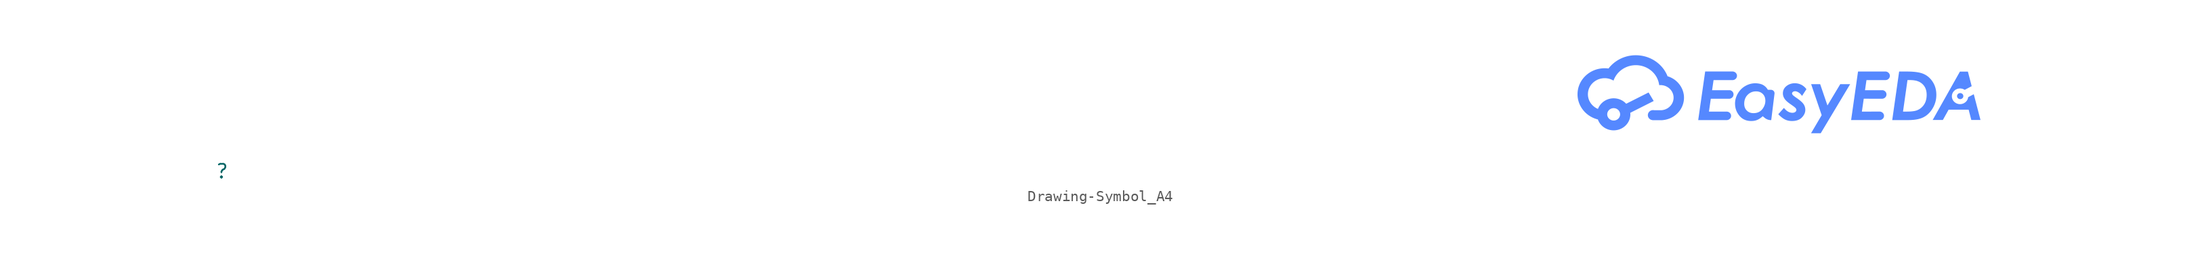
<source format=kicad_sym>
(kicad_symbol_lib
  (version 20241209)
  (generator "kicad_symbol_editor")
  (generator_version "9.0")
  (symbol "Drawing-Symbol_A4"
    (property "Reference" ""
      (at 0 0 0)
      (effects (font (size 1.27 1.27))))
    (property "Value" ""
      (at 0 0 0)
      (effects (font (size 1.27 1.27))))
    (symbol "Drawing-Symbol_A4_0_0"
      (polyline (pts (xy 130.574 10.707) (xy 130.718 10.697) (xy 130.86 10.681) (xy 131.002 10.659) (xy 131.142 10.631) (xy 131.28 10.597) (xy 131.416 10.557) (xy 131.55 10.511) (xy 131.682 10.459) (xy 131.811 10.402) (xy 131.938 10.338) (xy 132.061 10.27) (xy 132.182 10.195) (xy 132.299 10.116) (xy 132.412 10.03) (xy 132.522 9.94) (xy 132.591 9.879) (xy 132.658 9.815) (xy 132.723 9.75) (xy 132.785 9.684) (xy 132.846 9.616) (xy 132.904 9.546) (xy 132.96 9.475) (xy 133.013 9.402) (xy 133.064 9.328) (xy 133.113 9.252) (xy 133.159 9.175) (xy 133.203 9.097) (xy 133.245 9.018) (xy 133.284 8.938) (xy 133.32 8.856) (xy 133.354 8.773) (xy 133.516 8.717) (xy 133.672 8.65) (xy 133.821 8.571) (xy 133.963 8.482) (xy 134.096 8.383) (xy 134.221 8.274) (xy 134.337 8.156) (xy 134.443 8.03) (xy 134.539 7.897) (xy 134.624 7.756) (xy 134.698 7.609) (xy 134.759 7.456) (xy 134.808 7.297) (xy 134.844 7.133) (xy 134.857 7.05) (xy 134.866 6.966) (xy 134.871 6.88) (xy 134.873 6.794) (xy 134.871 6.696) (xy 134.863 6.599) (xy 134.852 6.502) (xy 134.835 6.407) (xy 134.814 6.312) (xy 134.789 6.219) (xy 134.759 6.127) (xy 134.724 6.037) (xy 134.686 5.948) (xy 134.643 5.861) (xy 134.596 5.776) (xy 134.544 5.693) (xy 134.489 5.612) (xy 134.429 5.534) (xy 134.366 5.457) (xy 134.299 5.384) (xy 134.228 5.314) (xy 134.155 5.247) (xy 134.078 5.184) (xy 134 5.125) (xy 133.918 5.069) (xy 133.834 5.017) (xy 133.748 4.969) (xy 133.66 4.925) (xy 133.569 4.885) (xy 133.477 4.849) (xy 133.383 4.817) (xy 133.287 4.79) (xy 133.19 4.766) (xy 133.092 4.747) (xy 132.992 4.732) (xy 132.892 4.721) (xy 132.85 4.717) (xy 132.808 4.717) (xy 131.982 4.717) (xy 131.982 4.721) (xy 131.959 4.723) (xy 131.936 4.727) (xy 131.914 4.731) (xy 131.892 4.737) (xy 131.87 4.743) (xy 131.849 4.75) (xy 131.828 4.758) (xy 131.808 4.768) (xy 131.788 4.777) (xy 131.769 4.788) (xy 131.75 4.8) (xy 131.732 4.812) (xy 131.715 4.825) (xy 131.698 4.839) (xy 131.682 4.853) (xy 131.667 4.868) (xy 131.652 4.884) (xy 131.638 4.901) (xy 131.625 4.918) (xy 131.613 4.935) (xy 131.602 4.954) (xy 131.591 4.972) (xy 131.581 4.991) (xy 131.572 5.011) (xy 131.565 5.031) (xy 131.558 5.052) (xy 131.552 5.073) (xy 131.547 5.094) (xy 131.543 5.116) (xy 131.54 5.138) (xy 131.539 5.16) (xy 131.538 5.183) (xy 131.539 5.207) (xy 131.541 5.231) (xy 131.544 5.254) (xy 131.548 5.277) (xy 131.553 5.299) (xy 131.56 5.321) (xy 131.567 5.343) (xy 131.576 5.364) (xy 131.586 5.384) (xy 131.596 5.404) (xy 131.608 5.424) (xy 131.621 5.443) (xy 131.634 5.461) (xy 131.649 5.478) (xy 131.664 5.495) (xy 131.68 5.511) (xy 131.696 5.527) (xy 131.714 5.541) (xy 131.732 5.555) (xy 131.751 5.568) (xy 131.771 5.58) (xy 131.791 5.591) (xy 131.812 5.601) (xy 131.833 5.611) (xy 131.855 5.619) (xy 131.878 5.626) (xy 131.901 5.633) (xy 131.924 5.638) (xy 131.948 5.642) (xy 131.972 5.645) (xy 131.997 5.646) (xy 132.022 5.647) (xy 132.034 5.647) (xy 132.046 5.647) (xy 132.058 5.646) (xy 132.07 5.645) (xy 132.082 5.644) (xy 132.094 5.642) (xy 132.106 5.641) (xy 132.117 5.638) (xy 132.808 5.638) (xy 132.865 5.644) (xy 132.922 5.653) (xy 132.978 5.664) (xy 133.033 5.678) (xy 133.087 5.694) (xy 133.139 5.712) (xy 133.191 5.732) (xy 133.241 5.755) (xy 133.291 5.78) (xy 133.338 5.807) (xy 133.385 5.836) (xy 133.429 5.866) (xy 133.472 5.899) (xy 133.514 5.934) (xy 133.554 5.97) (xy 133.592 6.008) (xy 133.629 6.047) (xy 133.663 6.088) (xy 133.696 6.131) (xy 133.726 6.175) (xy 133.755 6.221) (xy 133.781 6.267) (xy 133.805 6.315) (xy 133.827 6.365) (xy 133.846 6.415) (xy 133.864 6.466) (xy 133.878 6.519) (xy 133.89 6.572) (xy 133.9 6.627) (xy 133.907 6.682) (xy 133.911 6.737) (xy 133.912 6.794) (xy 133.911 6.854) (xy 133.906 6.913) (xy 133.899 6.971) (xy 133.888 7.028) (xy 133.874 7.084) (xy 133.858 7.139) (xy 133.839 7.193) (xy 133.817 7.245) (xy 133.793 7.297) (xy 133.767 7.347) (xy 133.737 7.396) (xy 133.706 7.443) (xy 133.672 7.488) (xy 133.636 7.532) (xy 133.598 7.574) (xy 133.558 7.614) (xy 133.516 7.653) (xy 133.472 7.689) (xy 133.427 7.724) (xy 133.379 7.756) (xy 133.33 7.786) (xy 133.28 7.814) (xy 133.227 7.84) (xy 133.174 7.863) (xy 133.119 7.884) (xy 133.063 7.902) (xy 133.005 7.918) (xy 132.947 7.931) (xy 132.887 7.941) (xy 132.827 7.948) (xy 132.765 7.953) (xy 132.703 7.954) (xy 132.688 7.954) (xy 132.674 7.954) (xy 132.659 7.953) (xy 132.644 7.953) (xy 132.629 7.952) (xy 132.614 7.951) (xy 132.599 7.949) (xy 132.585 7.948) (xy 132.571 8.044) (xy 132.552 8.139) (xy 132.53 8.233) (xy 132.502 8.325) (xy 132.471 8.415) (xy 132.435 8.503) (xy 132.396 8.589) (xy 132.353 8.674) (xy 132.306 8.756) (xy 132.255 8.835) (xy 132.201 8.913) (xy 132.143 8.988) (xy 132.082 9.06) (xy 132.017 9.129) (xy 131.95 9.196) (xy 131.879 9.259) (xy 131.806 9.32) (xy 131.729 9.377) (xy 131.65 9.432) (xy 131.569 9.483) (xy 131.485 9.53) (xy 131.399 9.574) (xy 131.31 9.614) (xy 131.219 9.65) (xy 131.126 9.683) (xy 131.032 9.712) (xy 130.935 9.736) (xy 130.837 9.756) (xy 130.737 9.772) (xy 130.636 9.784) (xy 130.533 9.791) (xy 130.429 9.793) (xy 130.339 9.791) (xy 130.251 9.786) (xy 130.163 9.777) (xy 130.077 9.766) (xy 129.992 9.751) (xy 129.908 9.732) (xy 129.825 9.711) (xy 129.743 9.687) (xy 129.663 9.659) (xy 129.584 9.629) (xy 129.507 9.596) (xy 129.432 9.56) (xy 129.358 9.522) (xy 129.286 9.48) (xy 129.216 9.437) (xy 129.148 9.39) (xy 129.081 9.342) (xy 129.017 9.291) (xy 128.955 9.238) (xy 128.895 9.182) (xy 128.837 9.124) (xy 128.782 9.065) (xy 128.729 9.003) (xy 128.678 8.939) (xy 128.63 8.873) (xy 128.585 8.806) (xy 128.542 8.737) (xy 128.502 8.666) (xy 128.465 8.594) (xy 128.43 8.52) (xy 128.399 8.444) (xy 128.371 8.367) (xy 128.326 8.393) (xy 128.28 8.418) (xy 128.233 8.441) (xy 128.185 8.463) (xy 128.136 8.483) (xy 128.087 8.501) (xy 128.036 8.518) (xy 127.985 8.533) (xy 127.933 8.547) (xy 127.88 8.559) (xy 127.827 8.569) (xy 127.773 8.577) (xy 127.719 8.584) (xy 127.664 8.589) (xy 127.608 8.591) (xy 127.552 8.592) (xy 127.472 8.591) (xy 127.394 8.585) (xy 127.317 8.575) (xy 127.241 8.562) (xy 127.166 8.546) (xy 127.093 8.526) (xy 127.021 8.502) (xy 126.951 8.476) (xy 126.882 8.446) (xy 126.816 8.413) (xy 126.751 8.378) (xy 126.688 8.339) (xy 126.628 8.298) (xy 126.57 8.254) (xy 126.513 8.207) (xy 126.46 8.158) (xy 126.409 8.106) (xy 126.36 8.053) (xy 126.314 7.997) (xy 126.271 7.939) (xy 126.231 7.878) (xy 126.194 7.816) (xy 126.16 7.753) (xy 126.129 7.687) (xy 126.102 7.62) (xy 126.077 7.551) (xy 126.056 7.481) (xy 126.039 7.409) (xy 126.026 7.336) (xy 126.016 7.262) (xy 126.01 7.187) (xy 126.008 7.111) (xy 126.009 7.054) (xy 126.012 6.998) (xy 126.018 6.943) (xy 126.025 6.888) (xy 126.035 6.833) (xy 126.047 6.78) (xy 126.06 6.727) (xy 126.076 6.675) (xy 126.094 6.624) (xy 126.113 6.574) (xy 126.134 6.524) (xy 126.157 6.476) (xy 126.182 6.428) (xy 126.209 6.381) (xy 126.237 6.336) (xy 126.266 6.291) (xy 126.298 6.248) (xy 126.331 6.205) (xy 126.365 6.164) (xy 126.401 6.125) (xy 126.439 6.086) (xy 126.478 6.048) (xy 126.518 6.013) (xy 126.559 5.978) (xy 126.602 5.945) (xy 126.646 5.913) (xy 126.691 5.882) (xy 126.737 5.854) (xy 126.785 5.826) (xy 126.833 5.801) (xy 126.883 5.777) (xy 126.933 5.754) (xy 126.978 5.859) (xy 127.03 5.96) (xy 127.09 6.057) (xy 127.157 6.149) (xy 127.23 6.235) (xy 127.311 6.316) (xy 127.397 6.391) (xy 127.489 6.459) (xy 127.586 6.521) (xy 127.689 6.576) (xy 127.795 6.623) (xy 127.906 6.663) (xy 128.021 6.694) (xy 128.139 6.717) (xy 128.261 6.731) (xy 128.322 6.735) (xy 128.385 6.736) (xy 128.47 6.734) (xy 128.555 6.727) (xy 128.638 6.716) (xy 128.72 6.701) (xy 128.8 6.682) (xy 128.879 6.658) (xy 128.955 6.631) (xy 129.03 6.601) (xy 129.102 6.566) (xy 129.172 6.528) (xy 129.24 6.487) (xy 129.306 6.442) (xy 129.369 6.395) (xy 129.429 6.344) (xy 129.486 6.29) (xy 129.54 6.234) (xy 131.606 7.274) (xy 132.078 6.488) (xy 129.917 5.399) (xy 129.919 5.382) (xy 129.92 5.364) (xy 129.921 5.346) (xy 129.922 5.328) (xy 129.923 5.31) (xy 129.924 5.292) (xy 129.924 5.274) (xy 129.924 5.257) (xy 129.922 5.181) (xy 129.916 5.106) (xy 129.906 5.032) (xy 129.893 4.959) (xy 129.876 4.888) (xy 129.855 4.818) (xy 129.831 4.749) (xy 129.803 4.682) (xy 129.772 4.617) (xy 129.738 4.553) (xy 129.701 4.491) (xy 129.661 4.431) (xy 129.618 4.373) (xy 129.572 4.318) (xy 129.524 4.264) (xy 129.473 4.213) (xy 129.419 4.164) (xy 129.363 4.117) (xy 129.305 4.073) (xy 129.245 4.032) (xy 129.182 3.994) (xy 129.118 3.958) (xy 129.051 3.925) (xy 128.983 3.896) (xy 128.913 3.869) (xy 128.842 3.846) (xy 128.769 3.826) (xy 128.694 3.81) (xy 128.619 3.797) (xy 128.542 3.787) (xy 128.464 3.781) (xy 128.385 3.78) (xy 128.321 3.781) (xy 128.259 3.784) (xy 128.197 3.79) (xy 128.136 3.799) (xy 128.076 3.809) (xy 128.016 3.822) (xy 127.958 3.837) (xy 127.9 3.854) (xy 127.843 3.874) (xy 127.788 3.895) (xy 127.733 3.918) (xy 127.68 3.944) (xy 127.628 3.971) (xy 127.577 4) (xy 127.527 4.031) (xy 127.478 4.063) (xy 127.431 4.098) (xy 127.386 4.134) (xy 127.342 4.171) (xy 127.299 4.21) (xy 127.258 4.251) (xy 127.219 4.293) (xy 127.181 4.337) (xy 127.145 4.382) (xy 127.111 4.428) (xy 127.079 4.476) (xy 127.049 4.525) (xy 127.02 4.575) (xy 126.994 4.626) (xy 126.969 4.678) (xy 126.947 4.731) (xy 126.926 4.786) (xy 126.838 4.809) (xy 126.752 4.835) (xy 126.666 4.865) (xy 126.582 4.897) (xy 126.498 4.932) (xy 126.417 4.97) (xy 126.337 5.011) (xy 126.258 5.055) (xy 126.181 5.101) (xy 126.106 5.151) (xy 126.033 5.202) (xy 125.962 5.257) (xy 127.789 5.257) (xy 127.79 5.227) (xy 127.792 5.198) (xy 127.796 5.17) (xy 127.801 5.142) (xy 127.808 5.114) (xy 127.816 5.087) (xy 127.826 5.061) (xy 127.836 5.035) (xy 127.848 5.009) (xy 127.861 4.985) (xy 127.876 4.961) (xy 127.891 4.938) (xy 127.908 4.915) (xy 127.925 4.894) (xy 127.944 4.873) (xy 127.964 4.853) (xy 127.985 4.834) (xy 128.006 4.816) (xy 128.029 4.799) (xy 128.052 4.783) (xy 128.076 4.768) (xy 128.101 4.755) (xy 128.127 4.742) (xy 128.153 4.73) (xy 128.18 4.72) (xy 128.208 4.711) (xy 128.236 4.704) (xy 128.265 4.697) (xy 128.294 4.692) (xy 128.324 4.688) (xy 128.354 4.686) (xy 128.385 4.685) (xy 128.415 4.686) (xy 128.445 4.688) (xy 128.475 4.692) (xy 128.504 4.697) (xy 128.533 4.704) (xy 128.561 4.711) (xy 128.589 4.72) (xy 128.616 4.73) (xy 128.642 4.742) (xy 128.668 4.755) (xy 128.693 4.768) (xy 128.717 4.783) (xy 128.74 4.799) (xy 128.763 4.816) (xy 128.785 4.834) (xy 128.805 4.853) (xy 128.825 4.873) (xy 128.844 4.894) (xy 128.861 4.915) (xy 128.878 4.938) (xy 128.893 4.961) (xy 128.908 4.985) (xy 128.921 5.009) (xy 128.933 5.035) (xy 128.944 5.061) (xy 128.953 5.087) (xy 128.961 5.114) (xy 128.968 5.142) (xy 128.973 5.17) (xy 128.977 5.198) (xy 128.979 5.227) (xy 128.98 5.257) (xy 128.979 5.286) (xy 128.977 5.315) (xy 128.973 5.343) (xy 128.968 5.372) (xy 128.961 5.399) (xy 128.953 5.426) (xy 128.944 5.453) (xy 128.933 5.479) (xy 128.921 5.504) (xy 128.908 5.529) (xy 128.893 5.553) (xy 128.878 5.576) (xy 128.861 5.598) (xy 128.844 5.62) (xy 128.825 5.64) (xy 128.805 5.66) (xy 128.785 5.679) (xy 128.763 5.697) (xy 128.74 5.714) (xy 128.717 5.73) (xy 128.693 5.745) (xy 128.668 5.759) (xy 128.642 5.771) (xy 128.616 5.783) (xy 128.589 5.793) (xy 128.561 5.802) (xy 128.533 5.81) (xy 128.504 5.816) (xy 128.475 5.821) (xy 128.445 5.825) (xy 128.415 5.827) (xy 128.385 5.828) (xy 128.354 5.827) (xy 128.324 5.825) (xy 128.294 5.821) (xy 128.265 5.816) (xy 128.236 5.81) (xy 128.208 5.802) (xy 128.18 5.793) (xy 128.153 5.783) (xy 128.127 5.771) (xy 128.101 5.759) (xy 128.076 5.745) (xy 128.052 5.73) (xy 128.029 5.714) (xy 128.006 5.697) (xy 127.985 5.679) (xy 127.964 5.66) (xy 127.944 5.64) (xy 127.925 5.62) (xy 127.908 5.598) (xy 127.891 5.576) (xy 127.876 5.553) (xy 127.861 5.529) (xy 127.848 5.504) (xy 127.836 5.479) (xy 127.826 5.453) (xy 127.816 5.426) (xy 127.808 5.399) (xy 127.801 5.372) (xy 127.796 5.343) (xy 127.792 5.315) (xy 127.79 5.286) (xy 127.789 5.257) (xy 125.962 5.257) (xy 125.961 5.257) (xy 125.892 5.314) (xy 125.825 5.373) (xy 125.759 5.435) (xy 125.696 5.5) (xy 125.62 5.584) (xy 125.549 5.671) (xy 125.482 5.761) (xy 125.42 5.854) (xy 125.362 5.949) (xy 125.309 6.046) (xy 125.26 6.145) (xy 125.217 6.247) (xy 125.178 6.35) (xy 125.144 6.454) (xy 125.116 6.561) (xy 125.092 6.668) (xy 125.074 6.777) (xy 125.06 6.887) (xy 125.052 6.997) (xy 125.05 7.109) (xy 125.053 7.229) (xy 125.062 7.348) (xy 125.077 7.465) (xy 125.098 7.581) (xy 125.124 7.696) (xy 125.157 7.809) (xy 125.195 7.92) (xy 125.239 8.029) (xy 125.288 8.136) (xy 125.343 8.24) (xy 125.403 8.342) (xy 125.469 8.441) (xy 125.539 8.537) (xy 125.615 8.63) (xy 125.696 8.72) (xy 125.782 8.807) (xy 125.873 8.889) (xy 125.966 8.967) (xy 126.064 9.04) (xy 126.164 9.108) (xy 126.267 9.17) (xy 126.374 9.228) (xy 126.483 9.281) (xy 126.594 9.328) (xy 126.707 9.37) (xy 126.823 9.407) (xy 126.941 9.438) (xy 127.06 9.463) (xy 127.181 9.483) (xy 127.304 9.498) (xy 127.427 9.507) (xy 127.552 9.51) (xy 127.597 9.509) (xy 127.642 9.508) (xy 127.687 9.506) (xy 127.732 9.503) (xy 127.776 9.5) (xy 127.82 9.495) (xy 127.864 9.491) (xy 127.908 9.485) (xy 127.943 9.531) (xy 127.979 9.576) (xy 128.017 9.62) (xy 128.055 9.664) (xy 128.094 9.707) (xy 128.134 9.749) (xy 128.174 9.79) (xy 128.216 9.831) (xy 128.258 9.871) (xy 128.302 9.91) (xy 128.346 9.949) (xy 128.391 9.986) (xy 128.437 10.024) (xy 128.484 10.06) (xy 128.531 10.095) (xy 128.58 10.13) (xy 128.682 10.199) (xy 128.787 10.264) (xy 128.893 10.324) (xy 129.002 10.381) (xy 129.113 10.432) (xy 129.225 10.48) (xy 129.34 10.523) (xy 129.456 10.562) (xy 129.573 10.597) (xy 129.692 10.627) (xy 129.812 10.652) (xy 129.933 10.673) (xy 130.056 10.689) (xy 130.179 10.701) (xy 130.304 10.708) (xy 130.429 10.71) (xy 130.574 10.707)) (stroke (width -0.0001) (type solid)) (fill (type color) (color 85 136 255 1)))
      (polyline (pts (xy 139.369 9.21) (xy 139.39 9.209) (xy 139.41 9.206) (xy 139.431 9.203) (xy 139.451 9.198) (xy 139.47 9.193) (xy 139.489 9.186) (xy 139.508 9.179) (xy 139.527 9.171) (xy 139.544 9.162) (xy 139.562 9.153) (xy 139.579 9.143) (xy 139.595 9.132) (xy 139.611 9.12) (xy 139.625 9.107) (xy 139.64 9.094) (xy 139.654 9.08) (xy 139.667 9.066) (xy 139.679 9.051) (xy 139.69 9.035) (xy 139.701 9.019) (xy 139.711 9.002) (xy 139.72 8.985) (xy 139.729 8.968) (xy 139.736 8.95) (xy 139.743 8.931) (xy 139.748 8.912) (xy 139.753 8.893) (xy 139.757 8.874) (xy 139.759 8.854) (xy 139.761 8.834) (xy 139.761 8.813) (xy 139.761 8.793) (xy 139.759 8.773) (xy 139.757 8.753) (xy 139.753 8.733) (xy 139.748 8.714) (xy 139.743 8.695) (xy 139.736 8.677) (xy 139.729 8.659) (xy 139.72 8.642) (xy 139.711 8.624) (xy 139.701 8.608) (xy 139.69 8.592) (xy 139.679 8.576) (xy 139.667 8.561) (xy 139.654 8.547) (xy 139.64 8.533) (xy 139.625 8.52) (xy 139.611 8.507) (xy 139.595 8.495) (xy 139.579 8.484) (xy 139.562 8.474) (xy 139.544 8.464) (xy 139.527 8.456) (xy 139.508 8.447) (xy 139.489 8.44) (xy 139.47 8.434) (xy 139.451 8.429) (xy 139.431 8.424) (xy 139.41 8.421) (xy 139.39 8.418) (xy 139.369 8.417) (xy 139.347 8.416) (xy 137.601 8.414) (xy 137.466 7.484) (xy 139.103 7.484) (xy 139.121 7.48) (xy 139.139 7.476) (xy 139.157 7.471) (xy 139.174 7.466) (xy 139.191 7.46) (xy 139.208 7.453) (xy 139.224 7.445) (xy 139.239 7.437) (xy 139.255 7.428) (xy 139.269 7.419) (xy 139.284 7.409) (xy 139.298 7.398) (xy 139.311 7.387) (xy 139.324 7.375) (xy 139.336 7.363) (xy 139.348 7.35) (xy 139.359 7.337) (xy 139.37 7.323) (xy 139.38 7.309) (xy 139.389 7.294) (xy 139.398 7.279) (xy 139.405 7.264) (xy 139.413 7.248) (xy 139.419 7.232) (xy 139.425 7.215) (xy 139.43 7.198) (xy 139.434 7.181) (xy 139.438 7.163) (xy 139.44 7.146) (xy 139.442 7.128) (xy 139.443 7.109) (xy 139.443 7.091) (xy 139.442 7.07) (xy 139.441 7.05) (xy 139.438 7.03) (xy 139.434 7.011) (xy 139.43 6.992) (xy 139.424 6.973) (xy 139.418 6.955) (xy 139.41 6.936) (xy 139.402 6.919) (xy 139.393 6.902) (xy 139.383 6.885) (xy 139.372 6.869) (xy 139.36 6.854) (xy 139.348 6.838) (xy 139.335 6.824) (xy 139.321 6.81) (xy 139.307 6.797) (xy 139.292 6.785) (xy 139.276 6.773) (xy 139.26 6.762) (xy 139.243 6.751) (xy 139.226 6.742) (xy 139.208 6.733) (xy 139.19 6.725) (xy 139.171 6.718) (xy 139.152 6.712) (xy 139.132 6.706) (xy 139.112 6.702) (xy 139.092 6.698) (xy 139.071 6.696) (xy 139.05 6.694) (xy 139.029 6.694) (xy 137.347 6.696) (xy 137.175 5.507) (xy 138.808 5.509) (xy 138.829 5.508) (xy 138.85 5.507) (xy 138.87 5.504) (xy 138.89 5.501) (xy 138.91 5.496) (xy 138.929 5.491) (xy 138.948 5.485) (xy 138.967 5.478) (xy 138.985 5.47) (xy 139.003 5.461) (xy 139.02 5.452) (xy 139.036 5.442) (xy 139.053 5.431) (xy 139.068 5.419) (xy 139.083 5.407) (xy 139.097 5.394) (xy 139.111 5.38) (xy 139.124 5.366) (xy 139.136 5.351) (xy 139.147 5.335) (xy 139.158 5.319) (xy 139.168 5.303) (xy 139.177 5.286) (xy 139.185 5.269) (xy 139.192 5.251) (xy 139.199 5.233) (xy 139.204 5.214) (xy 139.209 5.195) (xy 139.213 5.176) (xy 139.215 5.156) (xy 139.217 5.136) (xy 139.217 5.116) (xy 139.217 5.096) (xy 139.215 5.077) (xy 139.213 5.058) (xy 139.209 5.039) (xy 139.205 5.02) (xy 139.199 5.002) (xy 139.193 4.984) (xy 139.186 4.966) (xy 139.178 4.949) (xy 139.169 4.933) (xy 139.159 4.916) (xy 139.149 4.901) (xy 139.138 4.885) (xy 139.126 4.871) (xy 139.113 4.856) (xy 139.1 4.843) (xy 139.086 4.83) (xy 139.072 4.818) (xy 139.056 4.806) (xy 139.041 4.795) (xy 139.025 4.785) (xy 139.008 4.775) (xy 138.991 4.767) (xy 138.973 4.759) (xy 138.955 4.752) (xy 138.936 4.745) (xy 138.917 4.74) (xy 138.898 4.735) (xy 138.878 4.731) (xy 138.858 4.728) (xy 138.838 4.726) (xy 138.817 4.726) (xy 136.185 4.726) (xy 136.827 9.211) (xy 139.347 9.211) (xy 139.369 9.21)) (stroke (width -0.0001) (type solid)) (fill (type color) (color 85 136 255 1)))
      (polyline (pts (xy 141.493 8.123) (xy 141.535 8.122) (xy 141.579 8.119) (xy 141.623 8.115) (xy 141.668 8.11) (xy 141.714 8.104) (xy 141.76 8.097) (xy 141.805 8.089) (xy 141.85 8.079) (xy 141.895 8.069) (xy 141.938 8.057) (xy 141.981 8.045) (xy 142.022 8.031) (xy 142.061 8.016) (xy 142.098 8) (xy 142.133 7.983) (xy 142.167 7.965) (xy 142.199 7.946) (xy 142.231 7.926) (xy 142.262 7.905) (xy 142.292 7.883) (xy 142.322 7.86) (xy 142.351 7.836) (xy 142.379 7.811) (xy 142.407 7.785) (xy 142.434 7.757) (xy 142.46 7.729) (xy 142.485 7.7) (xy 142.51 7.67) (xy 142.534 7.638) (xy 142.557 7.606) (xy 142.58 7.573) (xy 142.61 7.519) (xy 142.901 7.519) (xy 142.918 7.519) (xy 142.934 7.517) (xy 142.95 7.515) (xy 142.966 7.512) (xy 142.982 7.509) (xy 142.997 7.504) (xy 143.012 7.499) (xy 143.027 7.494) (xy 143.041 7.487) (xy 143.055 7.48) (xy 143.069 7.473) (xy 143.082 7.465) (xy 143.095 7.456) (xy 143.107 7.447) (xy 143.119 7.437) (xy 143.13 7.427) (xy 143.14 7.416) (xy 143.151 7.404) (xy 143.16 7.393) (xy 143.169 7.381) (xy 143.178 7.368) (xy 143.185 7.355) (xy 143.192 7.342) (xy 143.199 7.328) (xy 143.205 7.314) (xy 143.21 7.299) (xy 143.214 7.285) (xy 143.218 7.269) (xy 143.22 7.254) (xy 143.222 7.239) (xy 143.224 7.223) (xy 143.224 7.207) (xy 143.229 7.207) (xy 142.934 4.822) (xy 142.922 4.726) (xy 142.838 4.726) (xy 142.804 4.728) (xy 142.771 4.732) (xy 142.738 4.737) (xy 142.705 4.744) (xy 142.673 4.751) (xy 142.641 4.76) (xy 142.61 4.77) (xy 142.579 4.78) (xy 142.549 4.793) (xy 142.519 4.806) (xy 142.49 4.819) (xy 142.461 4.835) (xy 142.434 4.851) (xy 142.406 4.867) (xy 142.38 4.885) (xy 142.354 4.904) (xy 142.352 4.906) (xy 142.344 4.911) (xy 142.319 4.931) (xy 142.244 4.992) (xy 142.136 5.083) (xy 142.101 5.052) (xy 142.067 5.023) (xy 142.034 4.995) (xy 142 4.968) (xy 141.967 4.943) (xy 141.934 4.918) (xy 141.901 4.895) (xy 141.869 4.873) (xy 141.837 4.852) (xy 141.805 4.833) (xy 141.773 4.814) (xy 141.742 4.797) (xy 141.711 4.781) (xy 141.68 4.766) (xy 141.65 4.752) (xy 141.619 4.739) (xy 141.589 4.727) (xy 141.559 4.715) (xy 141.527 4.705) (xy 141.496 4.695) (xy 141.464 4.686) (xy 141.431 4.678) (xy 141.398 4.671) (xy 141.365 4.665) (xy 141.331 4.659) (xy 141.296 4.654) (xy 141.261 4.65) (xy 141.226 4.647) (xy 141.19 4.644) (xy 141.154 4.642) (xy 141.117 4.641) (xy 141.08 4.641) (xy 140.995 4.643) (xy 140.913 4.648) (xy 140.832 4.658) (xy 140.754 4.671) (xy 140.678 4.688) (xy 140.604 4.709) (xy 140.532 4.733) (xy 140.463 4.762) (xy 140.396 4.794) (xy 140.331 4.83) (xy 140.268 4.869) (xy 140.207 4.913) (xy 140.149 4.96) (xy 140.093 5.011) (xy 140.039 5.066) (xy 139.987 5.125) (xy 139.938 5.186) (xy 139.892 5.249) (xy 139.85 5.312) (xy 139.81 5.377) (xy 139.774 5.443) (xy 139.74 5.511) (xy 139.71 5.579) (xy 139.684 5.649) (xy 139.66 5.72) (xy 139.639 5.792) (xy 139.622 5.866) (xy 139.608 5.941) (xy 139.596 6.016) (xy 139.589 6.094) (xy 139.584 6.172) (xy 139.583 6.232) (xy 140.429 6.232) (xy 140.43 6.184) (xy 140.433 6.137) (xy 140.437 6.091) (xy 140.444 6.047) (xy 140.452 6.003) (xy 140.462 5.961) (xy 140.474 5.92) (xy 140.488 5.881) (xy 140.504 5.842) (xy 140.522 5.804) (xy 140.542 5.768) (xy 140.563 5.733) (xy 140.587 5.699) (xy 140.612 5.667) (xy 140.639 5.635) (xy 140.668 5.605) (xy 140.699 5.576) (xy 140.731 5.548) (xy 140.763 5.523) (xy 140.797 5.5) (xy 140.832 5.478) (xy 140.868 5.459) (xy 140.905 5.441) (xy 140.942 5.425) (xy 140.982 5.411) (xy 141.022 5.399) (xy 141.063 5.389) (xy 141.105 5.381) (xy 141.148 5.374) (xy 141.193 5.37) (xy 141.238 5.367) (xy 141.285 5.366) (xy 141.324 5.367) (xy 141.362 5.368) (xy 141.399 5.371) (xy 141.436 5.374) (xy 141.473 5.379) (xy 141.508 5.385) (xy 141.543 5.392) (xy 141.578 5.399) (xy 141.612 5.408) (xy 141.645 5.418) (xy 141.678 5.429) (xy 141.709 5.441) (xy 141.741 5.454) (xy 141.772 5.468) (xy 141.802 5.484) (xy 141.831 5.5) (xy 141.86 5.517) (xy 141.888 5.536) (xy 141.916 5.556) (xy 141.943 5.576) (xy 141.97 5.598) (xy 141.996 5.622) (xy 142.021 5.646) (xy 142.046 5.672) (xy 142.07 5.699) (xy 142.093 5.727) (xy 142.116 5.756) (xy 142.139 5.786) (xy 142.16 5.818) (xy 142.181 5.851) (xy 142.202 5.884) (xy 142.222 5.919) (xy 142.241 5.955) (xy 142.259 5.991) (xy 142.275 6.027) (xy 142.291 6.063) (xy 142.305 6.099) (xy 142.318 6.135) (xy 142.33 6.172) (xy 142.34 6.208) (xy 142.35 6.245) (xy 142.358 6.282) (xy 142.364 6.319) (xy 142.37 6.356) (xy 142.374 6.393) (xy 142.377 6.43) (xy 142.379 6.467) (xy 142.38 6.504) (xy 142.379 6.553) (xy 142.376 6.6) (xy 142.372 6.646) (xy 142.365 6.691) (xy 142.357 6.735) (xy 142.347 6.778) (xy 142.335 6.819) (xy 142.321 6.859) (xy 142.305 6.898) (xy 142.287 6.936) (xy 142.268 6.973) (xy 142.247 7.008) (xy 142.223 7.042) (xy 142.198 7.075) (xy 142.172 7.107) (xy 142.143 7.138) (xy 142.113 7.166) (xy 142.081 7.193) (xy 142.048 7.218) (xy 142.015 7.242) (xy 141.98 7.263) (xy 141.943 7.283) (xy 141.906 7.301) (xy 141.867 7.316) (xy 141.827 7.33) (xy 141.786 7.343) (xy 141.744 7.353) (xy 141.701 7.361) (xy 141.656 7.368) (xy 141.61 7.373) (xy 141.563 7.375) (xy 141.515 7.376) (xy 141.459 7.375) (xy 141.404 7.372) (xy 141.35 7.365) (xy 141.297 7.357) (xy 141.245 7.346) (xy 141.194 7.332) (xy 141.145 7.316) (xy 141.096 7.297) (xy 141.048 7.276) (xy 141.002 7.252) (xy 140.957 7.226) (xy 140.912 7.198) (xy 140.869 7.166) (xy 140.827 7.133) (xy 140.785 7.096) (xy 140.745 7.057) (xy 140.707 7.016) (xy 140.671 6.974) (xy 140.637 6.931) (xy 140.606 6.885) (xy 140.578 6.839) (xy 140.552 6.791) (xy 140.529 6.741) (xy 140.508 6.691) (xy 140.489 6.638) (xy 140.473 6.585) (xy 140.46 6.529) (xy 140.448 6.473) (xy 140.44 6.415) (xy 140.434 6.355) (xy 140.43 6.294) (xy 140.429 6.232) (xy 139.583 6.232) (xy 139.582 6.252) (xy 139.583 6.313) (xy 139.587 6.373) (xy 139.592 6.434) (xy 139.599 6.494) (xy 139.608 6.553) (xy 139.619 6.612) (xy 139.633 6.671) (xy 139.648 6.73) (xy 139.665 6.788) (xy 139.685 6.846) (xy 139.706 6.903) (xy 139.73 6.96) (xy 139.755 7.017) (xy 139.782 7.073) (xy 139.811 7.129) (xy 139.843 7.184) (xy 139.876 7.239) (xy 139.91 7.293) (xy 139.946 7.344) (xy 139.983 7.395) (xy 140.022 7.443) (xy 140.062 7.49) (xy 140.103 7.536) (xy 140.146 7.58) (xy 140.19 7.622) (xy 140.236 7.663) (xy 140.283 7.702) (xy 140.331 7.74) (xy 140.381 7.777) (xy 140.432 7.811) (xy 140.484 7.845) (xy 140.538 7.876) (xy 140.593 7.906) (xy 140.648 7.934) (xy 140.703 7.96) (xy 140.759 7.985) (xy 140.815 8.007) (xy 140.871 8.027) (xy 140.928 8.046) (xy 140.985 8.062) (xy 141.042 8.076) (xy 141.1 8.089) (xy 141.157 8.1) (xy 141.216 8.108) (xy 141.274 8.115) (xy 141.333 8.12) (xy 141.393 8.123) (xy 141.452 8.124) (xy 141.493 8.123)) (stroke (width -0.0001) (type solid)) (fill (type color) (color 85 136 255 1)))
      (polyline (pts (xy 145.14 8.126) (xy 145.179 8.124) (xy 145.218 8.121) (xy 145.256 8.117) (xy 145.294 8.112) (xy 145.332 8.106) (xy 145.37 8.099) (xy 145.408 8.091) (xy 145.445 8.081) (xy 145.482 8.071) (xy 145.519 8.059) (xy 145.555 8.046) (xy 145.591 8.032) (xy 145.627 8.017) (xy 145.663 8.001) (xy 145.699 7.983) (xy 145.734 7.965) (xy 145.768 7.946) (xy 145.801 7.925) (xy 145.834 7.904) (xy 145.866 7.882) (xy 145.897 7.859) (xy 145.927 7.835) (xy 145.957 7.81) (xy 145.986 7.784) (xy 146.014 7.757) (xy 146.042 7.729) (xy 146.069 7.701) (xy 146.095 7.671) (xy 146.12 7.641) (xy 146.144 7.609) (xy 146.168 7.577) (xy 145.764 6.955) (xy 145.744 6.982) (xy 145.724 7.009) (xy 145.704 7.035) (xy 145.684 7.059) (xy 145.664 7.083) (xy 145.644 7.106) (xy 145.624 7.128) (xy 145.603 7.149) (xy 145.583 7.169) (xy 145.562 7.188) (xy 145.541 7.206) (xy 145.52 7.223) (xy 145.5 7.24) (xy 145.478 7.255) (xy 145.457 7.269) (xy 145.436 7.283) (xy 145.415 7.295) (xy 145.393 7.307) (xy 145.373 7.318) (xy 145.352 7.328) (xy 145.331 7.338) (xy 145.311 7.346) (xy 145.29 7.354) (xy 145.27 7.361) (xy 145.25 7.367) (xy 145.23 7.373) (xy 145.211 7.377) (xy 145.191 7.381) (xy 145.172 7.384) (xy 145.153 7.386) (xy 145.134 7.387) (xy 145.115 7.388) (xy 145.101 7.387) (xy 145.087 7.387) (xy 145.074 7.386) (xy 145.061 7.384) (xy 145.048 7.382) (xy 145.035 7.379) (xy 145.023 7.376) (xy 145.011 7.372) (xy 144.999 7.369) (xy 144.987 7.364) (xy 144.975 7.359) (xy 144.964 7.354) (xy 144.953 7.348) (xy 144.942 7.341) (xy 144.932 7.335) (xy 144.922 7.327) (xy 144.912 7.32) (xy 144.903 7.312) (xy 144.894 7.304) (xy 144.887 7.296) (xy 144.879 7.288) (xy 144.873 7.28) (xy 144.867 7.272) (xy 144.861 7.263) (xy 144.857 7.255) (xy 144.853 7.246) (xy 144.849 7.237) (xy 144.847 7.229) (xy 144.845 7.219) (xy 144.843 7.21) (xy 144.843 7.201) (xy 144.843 7.191) (xy 144.843 7.182) (xy 144.844 7.173) (xy 144.845 7.164) (xy 144.847 7.154) (xy 144.849 7.145) (xy 144.852 7.136) (xy 144.855 7.127) (xy 144.858 7.118) (xy 144.863 7.108) (xy 144.867 7.099) (xy 144.873 7.09) (xy 144.878 7.081) (xy 144.884 7.072) (xy 144.891 7.062) (xy 144.898 7.053) (xy 144.906 7.044) (xy 144.914 7.034) (xy 144.924 7.023) (xy 144.951 6.999) (xy 144.984 6.97) (xy 145.026 6.937) (xy 145.076 6.899) (xy 145.133 6.857) (xy 145.198 6.811) (xy 145.271 6.761) (xy 145.331 6.719) (xy 145.388 6.678) (xy 145.442 6.638) (xy 145.494 6.599) (xy 145.543 6.561) (xy 145.59 6.523) (xy 145.634 6.486) (xy 145.675 6.45) (xy 145.714 6.414) (xy 145.75 6.379) (xy 145.784 6.345) (xy 145.815 6.312) (xy 145.843 6.28) (xy 145.869 6.248) (xy 145.892 6.217) (xy 145.913 6.187) (xy 145.931 6.157) (xy 145.949 6.126) (xy 145.965 6.096) (xy 145.98 6.064) (xy 145.994 6.033) (xy 146.006 6.001) (xy 146.018 5.97) (xy 146.028 5.937) (xy 146.037 5.905) (xy 146.044 5.872) (xy 146.051 5.838) (xy 146.056 5.805) (xy 146.061 5.771) (xy 146.064 5.737) (xy 146.065 5.702) (xy 146.066 5.667) (xy 146.065 5.621) (xy 146.061 5.576) (xy 146.055 5.53) (xy 146.046 5.485) (xy 146.035 5.441) (xy 146.022 5.396) (xy 146.006 5.352) (xy 145.987 5.308) (xy 145.966 5.264) (xy 145.943 5.221) (xy 145.917 5.178) (xy 145.888 5.136) (xy 145.858 5.093) (xy 145.824 5.051) (xy 145.788 5.01) (xy 145.75 4.969) (xy 145.709 4.929) (xy 145.666 4.892) (xy 145.621 4.857) (xy 145.574 4.825) (xy 145.524 4.796) (xy 145.472 4.769) (xy 145.418 4.745) (xy 145.362 4.723) (xy 145.304 4.704) (xy 145.243 4.687) (xy 145.181 4.673) (xy 145.116 4.661) (xy 145.048 4.652) (xy 144.979 4.646) (xy 144.907 4.642) (xy 144.833 4.641) (xy 144.791 4.641) (xy 144.748 4.643) (xy 144.706 4.646) (xy 144.664 4.649) (xy 144.623 4.654) (xy 144.583 4.66) (xy 144.542 4.666) (xy 144.503 4.674) (xy 144.464 4.683) (xy 144.425 4.693) (xy 144.387 4.704) (xy 144.349 4.716) (xy 144.312 4.729) (xy 144.275 4.743) (xy 144.239 4.758) (xy 144.203 4.775) (xy 144.168 4.792) (xy 144.132 4.812) (xy 144.095 4.833) (xy 144.058 4.856) (xy 144.02 4.88) (xy 143.982 4.907) (xy 143.943 4.935) (xy 143.904 4.965) (xy 143.864 4.997) (xy 143.823 5.03) (xy 143.782 5.065) (xy 143.741 5.102) (xy 143.699 5.14) (xy 143.657 5.18) (xy 143.571 5.266) (xy 144.094 5.85) (xy 144.139 5.795) (xy 144.184 5.744) (xy 144.23 5.697) (xy 144.276 5.653) (xy 144.323 5.612) (xy 144.37 5.575) (xy 144.418 5.542) (xy 144.467 5.512) (xy 144.516 5.486) (xy 144.565 5.463) (xy 144.615 5.443) (xy 144.666 5.428) (xy 144.717 5.415) (xy 144.768 5.407) (xy 144.821 5.401) (xy 144.873 5.399) (xy 144.894 5.4) (xy 144.914 5.401) (xy 144.933 5.402) (xy 144.952 5.404) (xy 144.971 5.407) (xy 144.989 5.411) (xy 145.006 5.415) (xy 145.023 5.419) (xy 145.04 5.425) (xy 145.056 5.43) (xy 145.071 5.437) (xy 145.086 5.444) (xy 145.1 5.451) (xy 145.114 5.46) (xy 145.128 5.468) (xy 145.141 5.478) (xy 145.153 5.488) (xy 145.164 5.498) (xy 145.175 5.508) (xy 145.185 5.519) (xy 145.194 5.53) (xy 145.202 5.541) (xy 145.209 5.552) (xy 145.216 5.564) (xy 145.222 5.575) (xy 145.227 5.587) (xy 145.231 5.599) (xy 145.234 5.611) (xy 145.237 5.624) (xy 145.239 5.636) (xy 145.24 5.649) (xy 145.24 5.663) (xy 145.24 5.674) (xy 145.239 5.684) (xy 145.238 5.695) (xy 145.236 5.706) (xy 145.233 5.717) (xy 145.23 5.728) (xy 145.226 5.739) (xy 145.221 5.75) (xy 145.216 5.761) (xy 145.21 5.772) (xy 145.204 5.783) (xy 145.197 5.794) (xy 145.19 5.805) (xy 145.182 5.816) (xy 145.173 5.828) (xy 145.164 5.839) (xy 145.153 5.851) (xy 145.14 5.864) (xy 145.109 5.893) (xy 145.069 5.927) (xy 145.021 5.965) (xy 144.965 6.007) (xy 144.9 6.054) (xy 144.828 6.105) (xy 144.748 6.16) (xy 144.7 6.194) (xy 144.654 6.226) (xy 144.609 6.258) (xy 144.567 6.29) (xy 144.526 6.32) (xy 144.488 6.351) (xy 144.451 6.38) (xy 144.416 6.409) (xy 144.383 6.438) (xy 144.352 6.466) (xy 144.323 6.493) (xy 144.296 6.52) (xy 144.27 6.546) (xy 144.247 6.571) (xy 144.225 6.596) (xy 144.206 6.62) (xy 144.18 6.654) (xy 144.157 6.687) (xy 144.135 6.722) (xy 144.114 6.756) (xy 144.095 6.79) (xy 144.078 6.825) (xy 144.062 6.861) (xy 144.049 6.896) (xy 144.036 6.931) (xy 144.026 6.967) (xy 144.017 7.003) (xy 144.009 7.04) (xy 144.004 7.076) (xy 144 7.113) (xy 143.997 7.15) (xy 143.996 7.187) (xy 143.998 7.238) (xy 144.001 7.288) (xy 144.008 7.337) (xy 144.017 7.385) (xy 144.028 7.432) (xy 144.042 7.477) (xy 144.059 7.521) (xy 144.078 7.564) (xy 144.1 7.606) (xy 144.124 7.647) (xy 144.151 7.686) (xy 144.181 7.725) (xy 144.213 7.762) (xy 144.247 7.797) (xy 144.285 7.832) (xy 144.324 7.865) (xy 144.366 7.897) (xy 144.408 7.926) (xy 144.452 7.954) (xy 144.496 7.979) (xy 144.541 8.003) (xy 144.588 8.024) (xy 144.635 8.043) (xy 144.683 8.061) (xy 144.732 8.076) (xy 144.782 8.089) (xy 144.833 8.101) (xy 144.885 8.11) (xy 144.938 8.117) (xy 144.991 8.122) (xy 145.046 8.125) (xy 145.101 8.126) (xy 145.14 8.126)) (stroke (width -0.0001) (type solid)) (fill (type color) (color 85 136 255 1)))
      (polyline (pts (xy 148.108 6.075) (xy 149.289 8.041) (xy 150.203 8.041) (xy 147.489 3.514) (xy 146.594 3.514) (xy 147.575 5.179) (xy 146.603 8.041) (xy 147.436 8.041) (xy 148.108 6.075)) (stroke (width -0.0001) (type solid)) (fill (type color) (color 85 136 255 1)))
      (polyline (pts (xy 153.471 9.208) (xy 153.492 9.206) (xy 153.513 9.204) (xy 153.534 9.2) (xy 153.554 9.196) (xy 153.574 9.19) (xy 153.593 9.184) (xy 153.612 9.177) (xy 153.63 9.169) (xy 153.648 9.16) (xy 153.665 9.151) (xy 153.682 9.14) (xy 153.698 9.129) (xy 153.714 9.118) (xy 153.729 9.105) (xy 153.744 9.092) (xy 153.757 9.078) (xy 153.771 9.064) (xy 153.783 9.049) (xy 153.795 9.034) (xy 153.806 9.017) (xy 153.816 9.001) (xy 153.825 8.984) (xy 153.833 8.966) (xy 153.841 8.948) (xy 153.848 8.93) (xy 153.854 8.912) (xy 153.859 8.893) (xy 153.863 8.873) (xy 153.865 8.854) (xy 153.868 8.834) (xy 153.869 8.813) (xy 153.868 8.793) (xy 153.866 8.773) (xy 153.864 8.753) (xy 153.86 8.733) (xy 153.855 8.714) (xy 153.85 8.695) (xy 153.843 8.677) (xy 153.836 8.659) (xy 153.827 8.642) (xy 153.818 8.624) (xy 153.808 8.608) (xy 153.798 8.592) (xy 153.786 8.576) (xy 153.774 8.561) (xy 153.761 8.547) (xy 153.747 8.533) (xy 153.733 8.52) (xy 153.718 8.507) (xy 153.702 8.495) (xy 153.686 8.484) (xy 153.669 8.474) (xy 153.651 8.464) (xy 153.634 8.456) (xy 153.615 8.447) (xy 153.596 8.44) (xy 153.577 8.434) (xy 153.558 8.429) (xy 153.538 8.424) (xy 153.517 8.421) (xy 153.497 8.418) (xy 153.476 8.417) (xy 153.454 8.416) (xy 151.708 8.414) (xy 151.573 7.484) (xy 153.21 7.484) (xy 153.228 7.48) (xy 153.246 7.476) (xy 153.264 7.471) (xy 153.281 7.466) (xy 153.298 7.46) (xy 153.315 7.453) (xy 153.331 7.445) (xy 153.346 7.437) (xy 153.362 7.428) (xy 153.377 7.419) (xy 153.391 7.409) (xy 153.405 7.398) (xy 153.418 7.387) (xy 153.431 7.375) (xy 153.444 7.363) (xy 153.456 7.35) (xy 153.467 7.337) (xy 153.478 7.323) (xy 153.488 7.309) (xy 153.497 7.295) (xy 153.506 7.28) (xy 153.514 7.264) (xy 153.522 7.249) (xy 153.528 7.232) (xy 153.534 7.216) (xy 153.54 7.199) (xy 153.544 7.182) (xy 153.548 7.165) (xy 153.551 7.147) (xy 153.553 7.129) (xy 153.554 7.111) (xy 153.554 7.093) (xy 153.554 7.073) (xy 153.552 7.053) (xy 153.55 7.033) (xy 153.546 7.013) (xy 153.541 6.994) (xy 153.536 6.975) (xy 153.529 6.957) (xy 153.522 6.939) (xy 153.514 6.921) (xy 153.504 6.904) (xy 153.494 6.887) (xy 153.484 6.871) (xy 153.472 6.856) (xy 153.46 6.841) (xy 153.447 6.826) (xy 153.433 6.812) (xy 153.419 6.799) (xy 153.404 6.787) (xy 153.388 6.775) (xy 153.372 6.764) (xy 153.355 6.753) (xy 153.338 6.744) (xy 153.32 6.735) (xy 153.301 6.727) (xy 153.283 6.72) (xy 153.263 6.714) (xy 153.244 6.708) (xy 153.224 6.704) (xy 153.203 6.7) (xy 153.183 6.698) (xy 153.162 6.696) (xy 153.141 6.696) (xy 151.457 6.698) (xy 151.285 5.509) (xy 152.917 5.511) (xy 152.938 5.511) (xy 152.959 5.509) (xy 152.98 5.506) (xy 153 5.503) (xy 153.019 5.499) (xy 153.039 5.493) (xy 153.058 5.487) (xy 153.076 5.48) (xy 153.095 5.472) (xy 153.112 5.463) (xy 153.129 5.454) (xy 153.146 5.444) (xy 153.162 5.433) (xy 153.177 5.421) (xy 153.192 5.409) (xy 153.207 5.396) (xy 153.22 5.382) (xy 153.233 5.368) (xy 153.245 5.353) (xy 153.257 5.338) (xy 153.267 5.322) (xy 153.277 5.305) (xy 153.286 5.288) (xy 153.294 5.271) (xy 153.302 5.253) (xy 153.308 5.235) (xy 153.314 5.216) (xy 153.318 5.197) (xy 153.322 5.178) (xy 153.325 5.158) (xy 153.326 5.138) (xy 153.327 5.118) (xy 153.326 5.098) (xy 153.325 5.079) (xy 153.322 5.06) (xy 153.319 5.041) (xy 153.314 5.022) (xy 153.309 5.004) (xy 153.302 4.986) (xy 153.295 4.968) (xy 153.287 4.951) (xy 153.278 4.935) (xy 153.269 4.918) (xy 153.258 4.903) (xy 153.247 4.888) (xy 153.235 4.873) (xy 153.223 4.859) (xy 153.209 4.845) (xy 153.196 4.832) (xy 153.181 4.82) (xy 153.166 4.808) (xy 153.15 4.797) (xy 153.134 4.787) (xy 153.117 4.778) (xy 153.1 4.769) (xy 153.082 4.761) (xy 153.064 4.754) (xy 153.046 4.747) (xy 153.027 4.742) (xy 153.007 4.737) (xy 152.988 4.733) (xy 152.968 4.731) (xy 152.947 4.729) (xy 152.927 4.728) (xy 150.292 4.728) (xy 150.929 9.208) (xy 153.45 9.208) (xy 153.471 9.208)) (stroke (width -0.0001) (type solid)) (fill (type color) (color 85 136 255 1)))
      (polyline (pts (xy 155.59 9.205) (xy 155.714 9.202) (xy 155.833 9.198) (xy 155.949 9.191) (xy 156.06 9.183) (xy 156.168 9.173) (xy 156.271 9.161) (xy 156.369 9.147) (xy 156.464 9.132) (xy 156.554 9.114) (xy 156.641 9.095) (xy 156.723 9.073) (xy 156.801 9.05) (xy 156.875 9.025) (xy 156.945 8.998) (xy 157.01 8.97) (xy 157.073 8.939) (xy 157.135 8.907) (xy 157.195 8.872) (xy 157.253 8.835) (xy 157.31 8.796) (xy 157.365 8.755) (xy 157.419 8.712) (xy 157.471 8.667) (xy 157.522 8.62) (xy 157.571 8.57) (xy 157.619 8.518) (xy 157.665 8.465) (xy 157.71 8.409) (xy 157.754 8.351) (xy 157.796 8.291) (xy 157.836 8.229) (xy 157.874 8.165) (xy 157.91 8.1) (xy 157.944 8.034) (xy 157.975 7.966) (xy 158.004 7.897) (xy 158.03 7.827) (xy 158.053 7.756) (xy 158.075 7.684) (xy 158.093 7.61) (xy 158.109 7.535) (xy 158.123 7.459) (xy 158.135 7.382) (xy 158.143 7.304) (xy 158.149 7.224) (xy 158.153 7.144) (xy 158.155 7.062) (xy 158.153 6.977) (xy 158.149 6.894) (xy 158.143 6.811) (xy 158.134 6.729) (xy 158.122 6.648) (xy 158.107 6.568) (xy 158.09 6.489) (xy 158.071 6.41) (xy 158.048 6.333) (xy 158.023 6.256) (xy 157.995 6.181) (xy 157.965 6.106) (xy 157.932 6.032) (xy 157.897 5.958) (xy 157.858 5.886) (xy 157.817 5.814) (xy 157.774 5.745) (xy 157.73 5.678) (xy 157.684 5.613) (xy 157.637 5.551) (xy 157.588 5.49) (xy 157.538 5.433) (xy 157.487 5.377) (xy 157.434 5.324) (xy 157.38 5.274) (xy 157.325 5.226) (xy 157.268 5.18) (xy 157.21 5.136) (xy 157.15 5.095) (xy 157.089 5.057) (xy 157.027 5.021) (xy 156.964 4.987) (xy 156.898 4.955) (xy 156.829 4.926) (xy 156.757 4.898) (xy 156.682 4.872) (xy 156.604 4.849) (xy 156.522 4.828) (xy 156.438 4.808) (xy 156.35 4.791) (xy 156.259 4.776) (xy 156.165 4.762) (xy 156.068 4.751) (xy 155.968 4.742) (xy 155.865 4.735) (xy 155.758 4.73) (xy 155.649 4.727) (xy 155.536 4.726) (xy 154.085 4.726) (xy 154.196 5.509) (xy 155.08 5.509) (xy 155.369 5.509) (xy 155.529 5.511) (xy 155.679 5.516) (xy 155.749 5.519) (xy 155.816 5.524) (xy 155.881 5.529) (xy 155.943 5.536) (xy 156.001 5.543) (xy 156.057 5.551) (xy 156.111 5.559) (xy 156.161 5.569) (xy 156.208 5.58) (xy 156.253 5.591) (xy 156.295 5.603) (xy 156.334 5.616) (xy 156.385 5.636) (xy 156.436 5.657) (xy 156.485 5.68) (xy 156.532 5.705) (xy 156.579 5.731) (xy 156.624 5.76) (xy 156.668 5.79) (xy 156.711 5.822) (xy 156.752 5.855) (xy 156.792 5.89) (xy 156.831 5.927) (xy 156.868 5.965) (xy 156.905 6.005) (xy 156.94 6.047) (xy 156.973 6.091) (xy 157.006 6.136) (xy 157.036 6.183) (xy 157.065 6.231) (xy 157.092 6.28) (xy 157.117 6.331) (xy 157.14 6.383) (xy 157.161 6.437) (xy 157.179 6.492) (xy 157.196 6.548) (xy 157.211 6.606) (xy 157.224 6.665) (xy 157.235 6.725) (xy 157.244 6.787) (xy 157.252 6.85) (xy 157.257 6.914) (xy 157.26 6.979) (xy 157.262 7.046) (xy 157.261 7.101) (xy 157.259 7.155) (xy 157.255 7.208) (xy 157.25 7.26) (xy 157.244 7.31) (xy 157.236 7.359) (xy 157.227 7.408) (xy 157.216 7.455) (xy 157.204 7.501) (xy 157.191 7.546) (xy 157.177 7.589) (xy 157.16 7.632) (xy 157.143 7.673) (xy 157.124 7.714) (xy 157.104 7.753) (xy 157.082 7.791) (xy 157.059 7.829) (xy 157.035 7.865) (xy 157.01 7.899) (xy 156.983 7.933) (xy 156.955 7.966) (xy 156.927 7.998) (xy 156.897 8.028) (xy 156.866 8.058) (xy 156.834 8.086) (xy 156.801 8.114) (xy 156.766 8.14) (xy 156.731 8.165) (xy 156.694 8.189) (xy 156.657 8.213) (xy 156.618 8.235) (xy 156.578 8.256) (xy 156.536 8.275) (xy 156.493 8.294) (xy 156.448 8.311) (xy 156.402 8.327) (xy 156.354 8.342) (xy 156.304 8.355) (xy 156.252 8.367) (xy 156.199 8.378) (xy 156.144 8.387) (xy 156.088 8.396) (xy 156.03 8.403) (xy 155.97 8.408) (xy 155.908 8.413) (xy 155.844 8.416) (xy 155.779 8.418) (xy 155.713 8.418) (xy 155.492 8.418) (xy 155.08 5.509) (xy 154.196 5.509) (xy 154.722 9.206) (xy 155.462 9.206) (xy 155.59 9.205)) (stroke (width -0.0001) (type solid)) (fill (type color) (color 85 136 255 1)))
      (polyline (pts (xy 160.369 7.218) (xy 160.384 7.216) (xy 160.399 7.215) (xy 160.413 7.212) (xy 160.427 7.209) (xy 160.441 7.205) (xy 160.454 7.201) (xy 160.468 7.196) (xy 160.481 7.191) (xy 160.493 7.184) (xy 160.505 7.178) (xy 160.517 7.17) (xy 160.528 7.163) (xy 160.539 7.154) (xy 160.55 7.146) (xy 160.56 7.136) (xy 160.57 7.127) (xy 160.579 7.117) (xy 160.588 7.106) (xy 160.596 7.095) (xy 160.603 7.084) (xy 160.61 7.072) (xy 160.617 7.06) (xy 160.622 7.048) (xy 160.628 7.035) (xy 160.632 7.022) (xy 160.636 7.009) (xy 160.639 6.995) (xy 160.642 6.981) (xy 160.644 6.968) (xy 160.645 6.953) (xy 160.645 6.939) (xy 160.645 6.925) (xy 160.644 6.911) (xy 160.642 6.897) (xy 160.639 6.883) (xy 160.636 6.869) (xy 160.632 6.856) (xy 160.628 6.843) (xy 160.622 6.83) (xy 160.617 6.818) (xy 160.61 6.806) (xy 160.603 6.795) (xy 160.596 6.783) (xy 160.588 6.772) (xy 160.579 6.762) (xy 160.57 6.752) (xy 160.56 6.742) (xy 160.55 6.733) (xy 160.539 6.724) (xy 160.528 6.716) (xy 160.517 6.708) (xy 160.505 6.701) (xy 160.493 6.694) (xy 160.481 6.688) (xy 160.468 6.682) (xy 160.454 6.677) (xy 160.441 6.673) (xy 160.427 6.669) (xy 160.413 6.666) (xy 160.399 6.663) (xy 160.384 6.662) (xy 160.369 6.66) (xy 160.355 6.66) (xy 160.34 6.66) (xy 160.325 6.662) (xy 160.31 6.663) (xy 160.296 6.666) (xy 160.282 6.669) (xy 160.268 6.673) (xy 160.255 6.677) (xy 160.241 6.682) (xy 160.228 6.688) (xy 160.216 6.694) (xy 160.204 6.701) (xy 160.192 6.708) (xy 160.181 6.716) (xy 160.17 6.724) (xy 160.159 6.733) (xy 160.149 6.742) (xy 160.139 6.752) (xy 160.13 6.762) (xy 160.122 6.772) (xy 160.113 6.783) (xy 160.106 6.795) (xy 160.099 6.806) (xy 160.093 6.818) (xy 160.087 6.83) (xy 160.082 6.843) (xy 160.077 6.856) (xy 160.073 6.869) (xy 160.07 6.883) (xy 160.067 6.897) (xy 160.065 6.911) (xy 160.064 6.925) (xy 160.064 6.939) (xy 160.064 6.953) (xy 160.065 6.968) (xy 160.067 6.981) (xy 160.07 6.995) (xy 160.073 7.009) (xy 160.077 7.022) (xy 160.082 7.035) (xy 160.087 7.048) (xy 160.093 7.06) (xy 160.099 7.072) (xy 160.106 7.084) (xy 160.113 7.095) (xy 160.122 7.106) (xy 160.13 7.117) (xy 160.139 7.127) (xy 160.149 7.136) (xy 160.159 7.146) (xy 160.17 7.154) (xy 160.181 7.163) (xy 160.192 7.17) (xy 160.204 7.178) (xy 160.216 7.184) (xy 160.228 7.191) (xy 160.241 7.196) (xy 160.255 7.201) (xy 160.268 7.205) (xy 160.282 7.209) (xy 160.296 7.212) (xy 160.31 7.215) (xy 160.325 7.216) (xy 160.34 7.218) (xy 160.355 7.218) (xy 160.369 7.218)) (stroke (width -0.0001) (type solid)) (fill (type color) (color 85 136 255 1)))
      (polyline (pts (xy 161.415 7.856) (xy 160.771 7.515) (xy 160.748 7.529) (xy 160.724 7.543) (xy 160.7 7.556) (xy 160.675 7.569) (xy 160.65 7.58) (xy 160.624 7.591) (xy 160.597 7.601) (xy 160.571 7.61) (xy 160.543 7.617) (xy 160.515 7.624) (xy 160.487 7.63) (xy 160.458 7.635) (xy 160.429 7.639) (xy 160.4 7.642) (xy 160.37 7.644) (xy 160.341 7.644) (xy 160.302 7.643) (xy 160.263 7.64) (xy 160.226 7.636) (xy 160.189 7.63) (xy 160.152 7.621) (xy 160.117 7.612) (xy 160.082 7.6) (xy 160.047 7.587) (xy 160.014 7.573) (xy 159.981 7.557) (xy 159.95 7.54) (xy 159.919 7.521) (xy 159.89 7.501) (xy 159.861 7.479) (xy 159.834 7.456) (xy 159.808 7.433) (xy 159.783 7.407) (xy 159.759 7.381) (xy 159.737 7.354) (xy 159.716 7.325) (xy 159.696 7.296) (xy 159.678 7.266) (xy 159.661 7.235) (xy 159.646 7.203) (xy 159.633 7.17) (xy 159.621 7.136) (xy 159.611 7.102) (xy 159.602 7.067) (xy 159.596 7.031) (xy 159.591 6.995) (xy 159.588 6.958) (xy 159.587 6.921) (xy 159.588 6.884) (xy 159.591 6.847) (xy 159.596 6.811) (xy 159.602 6.776) (xy 159.611 6.74) (xy 159.621 6.706) (xy 159.633 6.673) (xy 159.646 6.64) (xy 159.661 6.608) (xy 159.678 6.577) (xy 159.696 6.546) (xy 159.716 6.517) (xy 159.737 6.489) (xy 159.759 6.461) (xy 159.783 6.435) (xy 159.808 6.41) (xy 159.834 6.386) (xy 159.861 6.363) (xy 159.89 6.342) (xy 159.919 6.322) (xy 159.95 6.303) (xy 159.981 6.285) (xy 160.014 6.269) (xy 160.047 6.255) (xy 160.082 6.242) (xy 160.117 6.231) (xy 160.152 6.221) (xy 160.189 6.213) (xy 160.226 6.207) (xy 160.263 6.202) (xy 160.302 6.199) (xy 160.341 6.198) (xy 160.377 6.199) (xy 160.412 6.202) (xy 160.447 6.205) (xy 160.482 6.211) (xy 160.516 6.218) (xy 160.549 6.226) (xy 160.582 6.236) (xy 160.615 6.247) (xy 160.646 6.26) (xy 160.677 6.274) (xy 160.707 6.289) (xy 160.736 6.306) (xy 160.764 6.323) (xy 160.792 6.342) (xy 160.819 6.362) (xy 160.844 6.383) (xy 160.869 6.405) (xy 160.892 6.428) (xy 160.915 6.452) (xy 160.936 6.477) (xy 160.956 6.503) (xy 160.975 6.53) (xy 160.993 6.558) (xy 161.009 6.586) (xy 161.024 6.615) (xy 161.038 6.645) (xy 161.05 6.676) (xy 161.061 6.707) (xy 161.071 6.739) (xy 161.078 6.772) (xy 161.085 6.805) (xy 161.089 6.839) (xy 161.608 7.113) (xy 162.227 4.737) (xy 161.38 4.737) (xy 161.134 5.687) (xy 159.287 5.687) (xy 158.757 4.737) (xy 157.817 4.737) (xy 160.329 9.199) (xy 161.066 9.199) (xy 161.415 7.856)) (stroke (width -0.0001) (type solid)) (fill (type color) (color 85 136 255 1))))))
</source>
